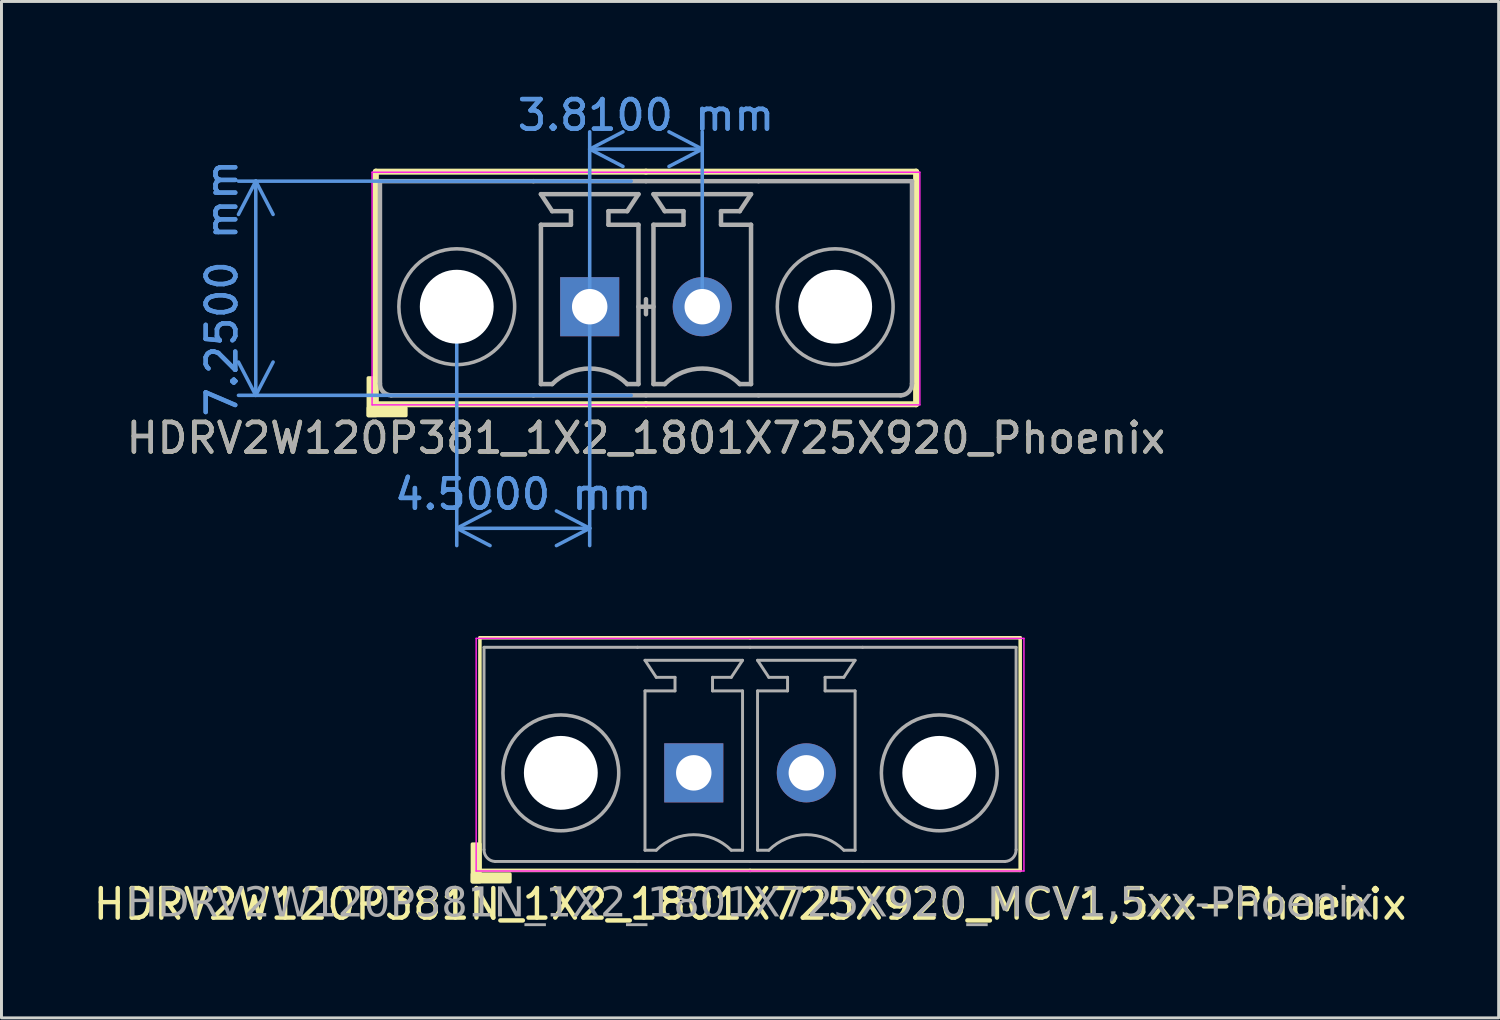
<source format=kicad_pcb>
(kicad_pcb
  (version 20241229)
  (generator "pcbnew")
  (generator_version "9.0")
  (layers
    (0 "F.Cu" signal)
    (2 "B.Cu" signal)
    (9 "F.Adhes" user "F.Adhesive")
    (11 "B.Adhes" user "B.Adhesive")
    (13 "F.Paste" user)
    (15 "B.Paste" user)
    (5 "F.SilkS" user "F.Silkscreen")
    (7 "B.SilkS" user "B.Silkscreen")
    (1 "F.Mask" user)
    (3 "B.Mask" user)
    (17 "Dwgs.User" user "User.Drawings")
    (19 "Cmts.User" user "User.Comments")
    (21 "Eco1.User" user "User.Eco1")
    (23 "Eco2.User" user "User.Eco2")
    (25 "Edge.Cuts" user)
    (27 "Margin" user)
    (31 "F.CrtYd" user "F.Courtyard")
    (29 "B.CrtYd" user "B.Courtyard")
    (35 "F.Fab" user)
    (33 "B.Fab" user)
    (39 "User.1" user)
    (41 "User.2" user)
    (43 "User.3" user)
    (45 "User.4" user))
  (footprint "HDRV2W120P381_1X2_1801X725X920_Phoenix"
    (layer "F.Cu")
    (at 18.816 7.332)
    (property "Reference" "HDRV2W120P381_1X2_1801X725X920_Phoenix" (at 0 4.445 0) (layer "F.SilkS") (effects (font (size 1 1) (thickness 0.15))))
    (attr through_hole)
    (fp_line (start -9.144 -4.572) (end -9.144 3.302) (stroke (width 0.203) (type solid)) (layer "F.SilkS"))
    (fp_line (start -9.144 3.302) (end 0 3.302) (stroke (width 0.203) (type solid)) (layer "F.SilkS"))
    (fp_line (start 0 -4.572) (end -9.144 -4.572) (stroke (width 0.203) (type solid)) (layer "F.SilkS"))
    (fp_line (start 0 -4.572) (end 9.144 -4.572) (stroke (width 0.203) (type solid)) (layer "F.SilkS"))
    (fp_line (start 9.144 -4.572) (end 9.144 3.302) (stroke (width 0.203) (type solid)) (layer "F.SilkS"))
    (fp_line (start 9.144 3.302) (end 0 3.302) (stroke (width 0.203) (type solid)) (layer "F.SilkS"))
    (fp_rect (start -9.144 2.413) (end -9.398 3.683) (stroke (width 0.12) (type solid)) (fill yes) (layer "F.SilkS"))
    (fp_rect (start -8.128 3.683) (end -9.398 3.429) (stroke (width 0.12) (type solid)) (fill yes) (layer "F.SilkS"))
    (fp_line (start -9.271 3.322) (end -9.271 -4.552) (stroke (width 0.05) (type solid)) (layer "F.CrtYd"))
    (fp_line (start 0 -4.552) (end -9.271 -4.552) (stroke (width 0.05) (type solid)) (layer "F.CrtYd"))
    (fp_line (start 0 -4.552) (end 9.271 -4.552) (stroke (width 0.05) (type solid)) (layer "F.CrtYd"))
    (fp_line (start 0 3.322) (end -9.271 3.322) (stroke (width 0.05) (type solid)) (layer "F.CrtYd"))
    (fp_line (start 0 3.322) (end 9.271 3.322) (stroke (width 0.05) (type solid)) (layer "F.CrtYd"))
    (fp_line (start 9.271 3.322) (end 9.271 -4.552) (stroke (width 0.05) (type solid)) (layer "F.CrtYd"))
    (fp_line (start -9.005 -4.25) (end -9.005 2.6) (stroke (width 0.152) (type solid)) (layer "F.Fab"))
    (fp_line (start -9.005 -4.25) (end -3.81 -4.25) (stroke (width 0.152) (type solid)) (layer "F.Fab"))
    (fp_line (start -3.81 3) (end -8.624 3) (stroke (width 0.152) (type solid)) (layer "F.Fab"))
    (fp_line (start -3.556 -3.81) (end -0.254 -3.81) (stroke (width 0.152) (type default)) (layer "F.Fab"))
    (fp_line (start -3.556 -2.774) (end -2.54 -2.774) (stroke (width 0.152) (type default)) (layer "F.Fab"))
    (fp_line (start -3.556 2.619) (end -3.556 -2.774) (stroke (width 0.152) (type default)) (layer "F.Fab"))
    (fp_line (start -3.175 -3.234) (end -3.556 -3.81) (stroke (width 0.152) (type default)) (layer "F.Fab"))
    (fp_line (start -3.175 2.619) (end -3.556 2.619) (stroke (width 0.152) (type default)) (layer "F.Fab"))
    (fp_line (start -2.54 -3.234) (end -3.175 -3.234) (stroke (width 0.152) (type default)) (layer "F.Fab"))
    (fp_line (start -2.54 -2.774) (end -2.54 -3.234) (stroke (width 0.152) (type default)) (layer "F.Fab"))
    (fp_line (start -1.27 -3.234) (end -0.635 -3.234) (stroke (width 0.152) (type default)) (layer "F.Fab"))
    (fp_line (start -1.27 -2.774) (end -1.27 -3.234) (stroke (width 0.152) (type default)) (layer "F.Fab"))
    (fp_line (start -0.635 -3.234) (end -0.254 -3.81) (stroke (width 0.152) (type default)) (layer "F.Fab"))
    (fp_line (start -0.635 2.619) (end -0.254 2.619) (stroke (width 0.152) (type default)) (layer "F.Fab"))
    (fp_line (start -0.254 -2.774) (end -1.27 -2.774) (stroke (width 0.152) (type default)) (layer "F.Fab"))
    (fp_line (start -0.254 2.619) (end -0.254 -2.774) (stroke (width 0.152) (type default)) (layer "F.Fab"))
    (fp_line (start 0 -4.25) (end -3.81 -4.25) (stroke (width 0.152) (type solid)) (layer "F.Fab"))
    (fp_line (start 0 -4.25) (end 3.81 -4.25) (stroke (width 0.152) (type solid)) (layer "F.Fab"))
    (fp_line (start 0 3) (end -3.81 3) (stroke (width 0.152) (type solid)) (layer "F.Fab"))
    (fp_line (start 0 3) (end 3.81 3) (stroke (width 0.152) (type solid)) (layer "F.Fab"))
    (fp_line (start 0.254 -2.774) (end 1.27 -2.774) (stroke (width 0.152) (type default)) (layer "F.Fab"))
    (fp_line (start 0.254 2.619) (end 0.254 -2.774) (stroke (width 0.152) (type default)) (layer "F.Fab"))
    (fp_line (start 0.635 -3.234) (end 0.254 -3.81) (stroke (width 0.152) (type default)) (layer "F.Fab"))
    (fp_line (start 0.635 2.619) (end 0.254 2.619) (stroke (width 0.152) (type default)) (layer "F.Fab"))
    (fp_line (start 1.27 -3.234) (end 0.635 -3.234) (stroke (width 0.152) (type default)) (layer "F.Fab"))
    (fp_line (start 1.27 -2.774) (end 1.27 -3.234) (stroke (width 0.152) (type default)) (layer "F.Fab"))
    (fp_line (start 2.54 -3.234) (end 3.175 -3.234) (stroke (width 0.152) (type default)) (layer "F.Fab"))
    (fp_line (start 2.54 -2.774) (end 2.54 -3.234) (stroke (width 0.152) (type default)) (layer "F.Fab"))
    (fp_line (start 3.175 -3.234) (end 3.556 -3.81) (stroke (width 0.152) (type default)) (layer "F.Fab"))
    (fp_line (start 3.175 2.619) (end 3.556 2.619) (stroke (width 0.152) (type default)) (layer "F.Fab"))
    (fp_line (start 3.556 -3.81) (end 0.254 -3.81) (stroke (width 0.152) (type default)) (layer "F.Fab"))
    (fp_line (start 3.556 -2.774) (end 2.54 -2.774) (stroke (width 0.152) (type default)) (layer "F.Fab"))
    (fp_line (start 3.556 2.619) (end 3.556 -2.774) (stroke (width 0.152) (type default)) (layer "F.Fab"))
    (fp_line (start 3.81 3) (end 8.624 3) (stroke (width 0.152) (type solid)) (layer "F.Fab"))
    (fp_line (start 9.005 -4.25) (end 3.81 -4.25) (stroke (width 0.152) (type solid)) (layer "F.Fab"))
    (fp_line (start 9.005 -4.25) (end 9.005 2.6) (stroke (width 0.152) (type solid)) (layer "F.Fab"))
    (fp_rect (start -2.159 -0.254) (end -1.651 0.254) (stroke (width 0.152) (type solid)) (fill no) (layer "F.Fab"))
    (fp_rect (start 2.159 -0.254) (end 1.651 0.254) (stroke (width 0.152) (type solid)) (fill no) (layer "F.Fab"))
    (fp_arc (start -8.624 3) (mid -8.897342 2.878908) (end -9.005 2.6) (stroke (width 0.1524) (type solid)) (layer "F.Fab"))
    (fp_arc (start -3.175 2.619) (mid -1.905 2.092948) (end -0.635 2.619) (stroke (width 0.1524) (type default)) (layer "F.Fab"))
    (fp_arc (start 0.635 2.619) (mid 1.905 2.092948) (end 3.175 2.619) (stroke (width 0.1524) (type default)) (layer "F.Fab"))
    (fp_arc (start 9.005 2.6) (mid 8.897343 2.878909) (end 8.624 3) (stroke (width 0.1524) (type solid)) (layer "F.Fab"))
    (fp_circle (center -6.405 0) (end -4.445 0) (stroke (width 0.12) (type default)) (fill no) (layer "F.Fab"))
    (fp_circle (center 6.405 0) (end 4.445 0) (stroke (width 0.12) (type default)) (fill no) (layer "F.Fab"))
    (fp_text user "${REFERENCE}" (at 0 4.445 0) (layer "F.Fab") (effects (font (size 1 1) (thickness 0.15))))
    (dimension (type aligned) (layer "Cmts.User") (pts (xy 18.816 10.332) (xy 18.816 3.082)) (height -13.208) (format (prefix "") (suffix "") (units 3) (units_format 1) (precision 4)) (style (thickness 0.12) (arrow_length 1.27) (text_position_mode 0) (arrow_direction outward) (extension_height 0.586) (extension_offset 0.5) (keep_text_aligned yes)) (gr_text "7.2500 mm" (at 4.458 6.707 90) (layer "Cmts.User") (effects (font (size 1 1) (thickness 0.15)))))
    (dimension (type aligned) (layer "Cmts.User") (pts (xy 16.911 7.332) (xy 12.411 7.332)) (height -7.5) (format (prefix "") (suffix "") (units 3) (units_format 1) (precision 4)) (style (thickness 0.12) (arrow_length 1.27) (text_position_mode 0) (arrow_direction outward) (extension_height 0.586) (extension_offset 0.5) (keep_text_aligned yes)) (gr_text "4.5000 mm" (at 14.661 13.682 0) (layer "Cmts.User") (effects (font (size 1 1) (thickness 0.15)))))
    (dimension (type aligned) (layer "Cmts.User") (pts (xy 16.911 7.332) (xy 20.721 7.332)) (height -5.334) (format (prefix "") (suffix "") (units 3) (units_format 1) (precision 4)) (style (thickness 0.12) (arrow_length 1.27) (text_position_mode 0) (arrow_direction outward) (extension_height 0.586) (extension_offset 0.5) (keep_text_aligned yes)) (gr_text "3.8100 mm" (at 18.816 0.848 0) (layer "Cmts.User") (effects (font (size 1 1) (thickness 0.15)))))
    (dimension (type center) (layer "F.Fab") (pts (xy 18.816 7.332) (xy 19.07 7.332)) (style (thickness 0.152) (arrow_length 1.27) (text_position_mode 0) (extension_offset 0.5) (keep_text_aligned yes)))
    (pad "" np_thru_hole circle (at -6.405 0) (size 2.5 2.5) (drill 2.5) (layers "*.Cu" "*.Mask"))
    (pad "" np_thru_hole circle (at 6.405 0) (size 2.5 2.5) (drill 2.5) (layers "*.Cu" "*.Mask"))
    (pad "1" thru_hole rect (at -1.905 0) (size 2 2) (drill 1.2) (layers "*.Cu" "*.Mask"))
    (pad "2" thru_hole circle (at 1.905 0) (size 2 2) (drill 1.2) (layers "*.Cu" "*.Mask")))
  (footprint "HDRV2W120P381N_1X2_1801X725X920_MCV1,5xx-Phoenix"
    (layer "F.Cu")
    (at 22.339 23.111)
    (property "Reference" "HDRV2W120P381N_1X2_1801X725X920_MCV1,5xx-Phoenix" (at 0 4.445 0) (layer "F.SilkS") (effects (font (size 1 1) (thickness 0.15))))
    (attr through_hole)
    (fp_line (start -9.144 -4.572) (end -9.144 3.302) (stroke (width 0.12) (type solid)) (layer "F.SilkS"))
    (fp_line (start -9.144 3.302) (end 0 3.302) (stroke (width 0.12) (type solid)) (layer "F.SilkS"))
    (fp_line (start 0 -4.572) (end -9.144 -4.572) (stroke (width 0.12) (type solid)) (layer "F.SilkS"))
    (fp_line (start 0 -4.572) (end 9.144 -4.572) (stroke (width 0.12) (type solid)) (layer "F.SilkS"))
    (fp_line (start 9.144 -4.572) (end 9.144 3.302) (stroke (width 0.12) (type solid)) (layer "F.SilkS"))
    (fp_line (start 9.144 3.302) (end 0 3.302) (stroke (width 0.12) (type solid)) (layer "F.SilkS"))
    (fp_rect (start -9.144 2.413) (end -9.398 3.683) (stroke (width 0.12) (type solid)) (fill yes) (layer "F.SilkS"))
    (fp_rect (start -8.128 3.683) (end -9.398 3.429) (stroke (width 0.12) (type solid)) (fill yes) (layer "F.SilkS"))
    (fp_line (start -9.271 3.322) (end -9.271 -4.552) (stroke (width 0.05) (type solid)) (layer "F.CrtYd"))
    (fp_line (start 0 -4.552) (end -9.271 -4.552) (stroke (width 0.05) (type solid)) (layer "F.CrtYd"))
    (fp_line (start 0 -4.552) (end 9.271 -4.552) (stroke (width 0.05) (type solid)) (layer "F.CrtYd"))
    (fp_line (start 0 3.322) (end -9.271 3.322) (stroke (width 0.05) (type solid)) (layer "F.CrtYd"))
    (fp_line (start 0 3.322) (end 9.271 3.322) (stroke (width 0.05) (type solid)) (layer "F.CrtYd"))
    (fp_line (start 9.271 3.322) (end 9.271 -4.552) (stroke (width 0.05) (type solid)) (layer "F.CrtYd"))
    (fp_line (start -9.005 -4.25) (end -9.005 2.6) (stroke (width 0.1) (type solid)) (layer "F.Fab"))
    (fp_line (start -9.005 -4.25) (end -3.81 -4.25) (stroke (width 0.1) (type solid)) (layer "F.Fab"))
    (fp_line (start -3.81 3) (end -8.624 3) (stroke (width 0.1) (type solid)) (layer "F.Fab"))
    (fp_line (start -3.556 -3.81) (end -0.254 -3.81) (stroke (width 0.1) (type default)) (layer "F.Fab"))
    (fp_line (start -3.556 -2.774) (end -2.54 -2.774) (stroke (width 0.1) (type default)) (layer "F.Fab"))
    (fp_line (start -3.556 2.619) (end -3.556 -2.774) (stroke (width 0.1) (type default)) (layer "F.Fab"))
    (fp_line (start -3.175 -3.234) (end -3.556 -3.81) (stroke (width 0.1) (type default)) (layer "F.Fab"))
    (fp_line (start -3.175 2.619) (end -3.556 2.619) (stroke (width 0.1) (type default)) (layer "F.Fab"))
    (fp_line (start -2.54 -3.234) (end -3.175 -3.234) (stroke (width 0.1) (type default)) (layer "F.Fab"))
    (fp_line (start -2.54 -2.774) (end -2.54 -3.234) (stroke (width 0.1) (type default)) (layer "F.Fab"))
    (fp_line (start -1.27 -3.234) (end -0.635 -3.234) (stroke (width 0.1) (type default)) (layer "F.Fab"))
    (fp_line (start -1.27 -2.774) (end -1.27 -3.234) (stroke (width 0.1) (type default)) (layer "F.Fab"))
    (fp_line (start -0.635 -3.234) (end -0.254 -3.81) (stroke (width 0.1) (type default)) (layer "F.Fab"))
    (fp_line (start -0.635 2.619) (end -0.254 2.619) (stroke (width 0.1) (type default)) (layer "F.Fab"))
    (fp_line (start -0.254 -2.774) (end -1.27 -2.774) (stroke (width 0.1) (type default)) (layer "F.Fab"))
    (fp_line (start -0.254 2.619) (end -0.254 -2.774) (stroke (width 0.1) (type default)) (layer "F.Fab"))
    (fp_line (start 0 -4.25) (end -3.81 -4.25) (stroke (width 0.1) (type solid)) (layer "F.Fab"))
    (fp_line (start 0 -4.25) (end 3.81 -4.25) (stroke (width 0.1) (type solid)) (layer "F.Fab"))
    (fp_line (start 0 3) (end -3.81 3) (stroke (width 0.1) (type solid)) (layer "F.Fab"))
    (fp_line (start 0 3) (end 3.81 3) (stroke (width 0.1) (type solid)) (layer "F.Fab"))
    (fp_line (start 0.254 -2.774) (end 1.27 -2.774) (stroke (width 0.1) (type default)) (layer "F.Fab"))
    (fp_line (start 0.254 2.619) (end 0.254 -2.774) (stroke (width 0.1) (type default)) (layer "F.Fab"))
    (fp_line (start 0.635 -3.234) (end 0.254 -3.81) (stroke (width 0.1) (type default)) (layer "F.Fab"))
    (fp_line (start 0.635 2.619) (end 0.254 2.619) (stroke (width 0.1) (type default)) (layer "F.Fab"))
    (fp_line (start 1.27 -3.234) (end 0.635 -3.234) (stroke (width 0.1) (type default)) (layer "F.Fab"))
    (fp_line (start 1.27 -2.774) (end 1.27 -3.234) (stroke (width 0.1) (type default)) (layer "F.Fab"))
    (fp_line (start 2.54 -3.234) (end 3.175 -3.234) (stroke (width 0.1) (type default)) (layer "F.Fab"))
    (fp_line (start 2.54 -2.774) (end 2.54 -3.234) (stroke (width 0.1) (type default)) (layer "F.Fab"))
    (fp_line (start 3.175 -3.234) (end 3.556 -3.81) (stroke (width 0.1) (type default)) (layer "F.Fab"))
    (fp_line (start 3.175 2.619) (end 3.556 2.619) (stroke (width 0.1) (type default)) (layer "F.Fab"))
    (fp_line (start 3.556 -3.81) (end 0.254 -3.81) (stroke (width 0.1) (type default)) (layer "F.Fab"))
    (fp_line (start 3.556 -2.774) (end 2.54 -2.774) (stroke (width 0.1) (type default)) (layer "F.Fab"))
    (fp_line (start 3.556 2.619) (end 3.556 -2.774) (stroke (width 0.1) (type default)) (layer "F.Fab"))
    (fp_line (start 3.81 3) (end 8.624 3) (stroke (width 0.1) (type solid)) (layer "F.Fab"))
    (fp_line (start 9.005 -4.25) (end 3.81 -4.25) (stroke (width 0.1) (type solid)) (layer "F.Fab"))
    (fp_line (start 9.005 -4.25) (end 9.005 2.6) (stroke (width 0.1) (type solid)) (layer "F.Fab"))
    (fp_rect (start -2.159 -0.254) (end -1.651 0.254) (stroke (width 0.1) (type solid)) (fill no) (layer "F.Fab"))
    (fp_rect (start 2.159 -0.254) (end 1.651 0.254) (stroke (width 0.1) (type solid)) (fill no) (layer "F.Fab"))
    (fp_arc (start -8.624 3) (mid -8.897342 2.878908) (end -9.005 2.6) (stroke (width 0.1) (type solid)) (layer "F.Fab"))
    (fp_arc (start -3.175 2.619) (mid -1.905 2.092948) (end -0.635 2.619) (stroke (width 0.1) (type default)) (layer "F.Fab"))
    (fp_arc (start 0.635 2.619) (mid 1.905 2.092948) (end 3.175 2.619) (stroke (width 0.1) (type default)) (layer "F.Fab"))
    (fp_arc (start 9.005 2.6) (mid 8.897343 2.878909) (end 8.624 3) (stroke (width 0.1) (type solid)) (layer "F.Fab"))
    (fp_circle (center -6.405 0) (end -4.445 0) (stroke (width 0.12) (type default)) (fill no) (layer "F.Fab"))
    (fp_circle (center 6.405 0) (end 4.445 0) (stroke (width 0.12) (type default)) (fill no) (layer "F.Fab"))
    (fp_text user "${REFERENCE}" (at 0 4.445 0) (layer "F.Fab") (effects (font (face "Tahoma") (size 1 1) (thickness 0.15))))
    (pad "" np_thru_hole circle (at -6.405 0) (size 2.5 2.5) (drill 2.5) (layers "*.Cu" "*.Mask"))
    (pad "" np_thru_hole circle (at 6.405 0) (size 2.5 2.5) (drill 2.5) (layers "*.Cu" "*.Mask"))
    (pad "1" thru_hole rect (at -1.905 0) (size 2 2) (drill 1.2) (layers "*.Cu" "*.Mask"))
    (pad "2" thru_hole circle (at 1.905 0) (size 2 2) (drill 1.2) (layers "*.Cu" "*.Mask")))
  (gr_rect
    (start -3 -3)
    (end 47.679 31.404)
    (stroke (width 0.1) (type default))
    (fill no)
    (layer "Edge.Cuts")))
</source>
